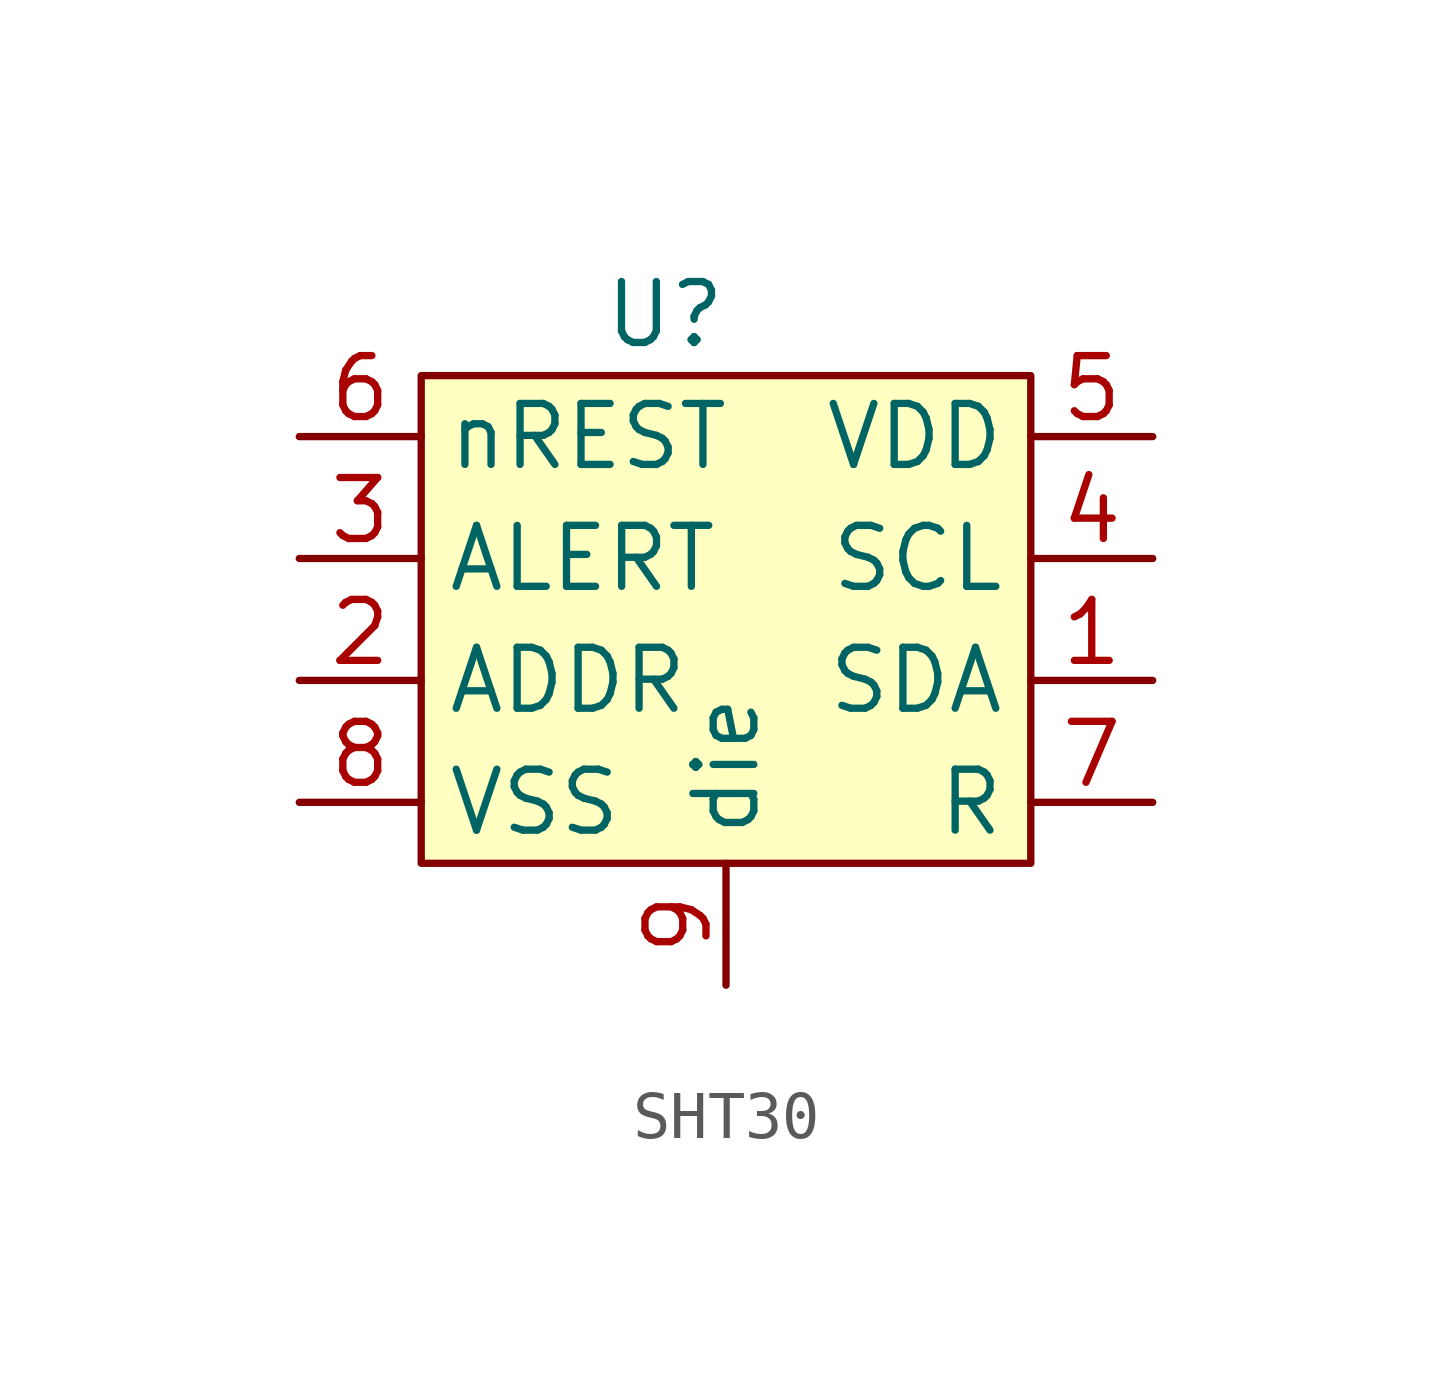
<source format=kicad_sym>
(kicad_symbol_lib
  (version 20220914)
  (generator kicad_symbol_editor)
  (symbol "SHT30"
    (property "Reference" "U"
      (at -1.27 6.35 0)
      (effects (font (size 1.27 1.27))))
    (property "Value" ""
      (at -1.27 0 0)
      (effects (font (size 1.27 1.27))))
    (symbol "SHT30_0_1"
      (rectangle (start -6.35 5.08) (end 6.35 -5.08) (stroke (width 0) (type default)) (fill (type background))))
    (symbol "SHT30_1_1"
      (pin input line (at 8.89 -1.27 180) (length 2.54) (name "SDA" (effects (font (size 1.27 1.27)))) (number "1" (effects (font (size 1.27 1.27)))))
      (pin input line (at -8.89 -1.27 0) (length 2.54) (name "ADDR" (effects (font (size 1.27 1.27)))) (number "2" (effects (font (size 1.27 1.27)))))
      (pin input line (at -8.89 1.27 0) (length 2.54) (name "ALERT" (effects (font (size 1.27 1.27)))) (number "3" (effects (font (size 1.27 1.27)))))
      (pin input line (at 8.89 1.27 180) (length 2.54) (name "SCL" (effects (font (size 1.27 1.27)))) (number "4" (effects (font (size 1.27 1.27)))))
      (pin input line (at 8.89 3.81 180) (length 2.54) (name "VDD" (effects (font (size 1.27 1.27)))) (number "5" (effects (font (size 1.27 1.27)))))
      (pin input line (at -8.89 3.81 0) (length 2.54) (name "nREST" (effects (font (size 1.27 1.27)))) (number "6" (effects (font (size 1.27 1.27)))))
      (pin input line (at 8.89 -3.81 180) (length 2.54) (name "R" (effects (font (size 1.27 1.27)))) (number "7" (effects (font (size 1.27 1.27)))))
      (pin input line (at -8.89 -3.81 0) (length 2.54) (name "VSS" (effects (font (size 1.27 1.27)))) (number "8" (effects (font (size 1.27 1.27)))))
      (pin input line (at 0 -7.62 90) (length 2.54) (name "die" (effects (font (size 1.27 1.27)))) (number "9" (effects (font (size 1.27 1.27))))))))
</source>
